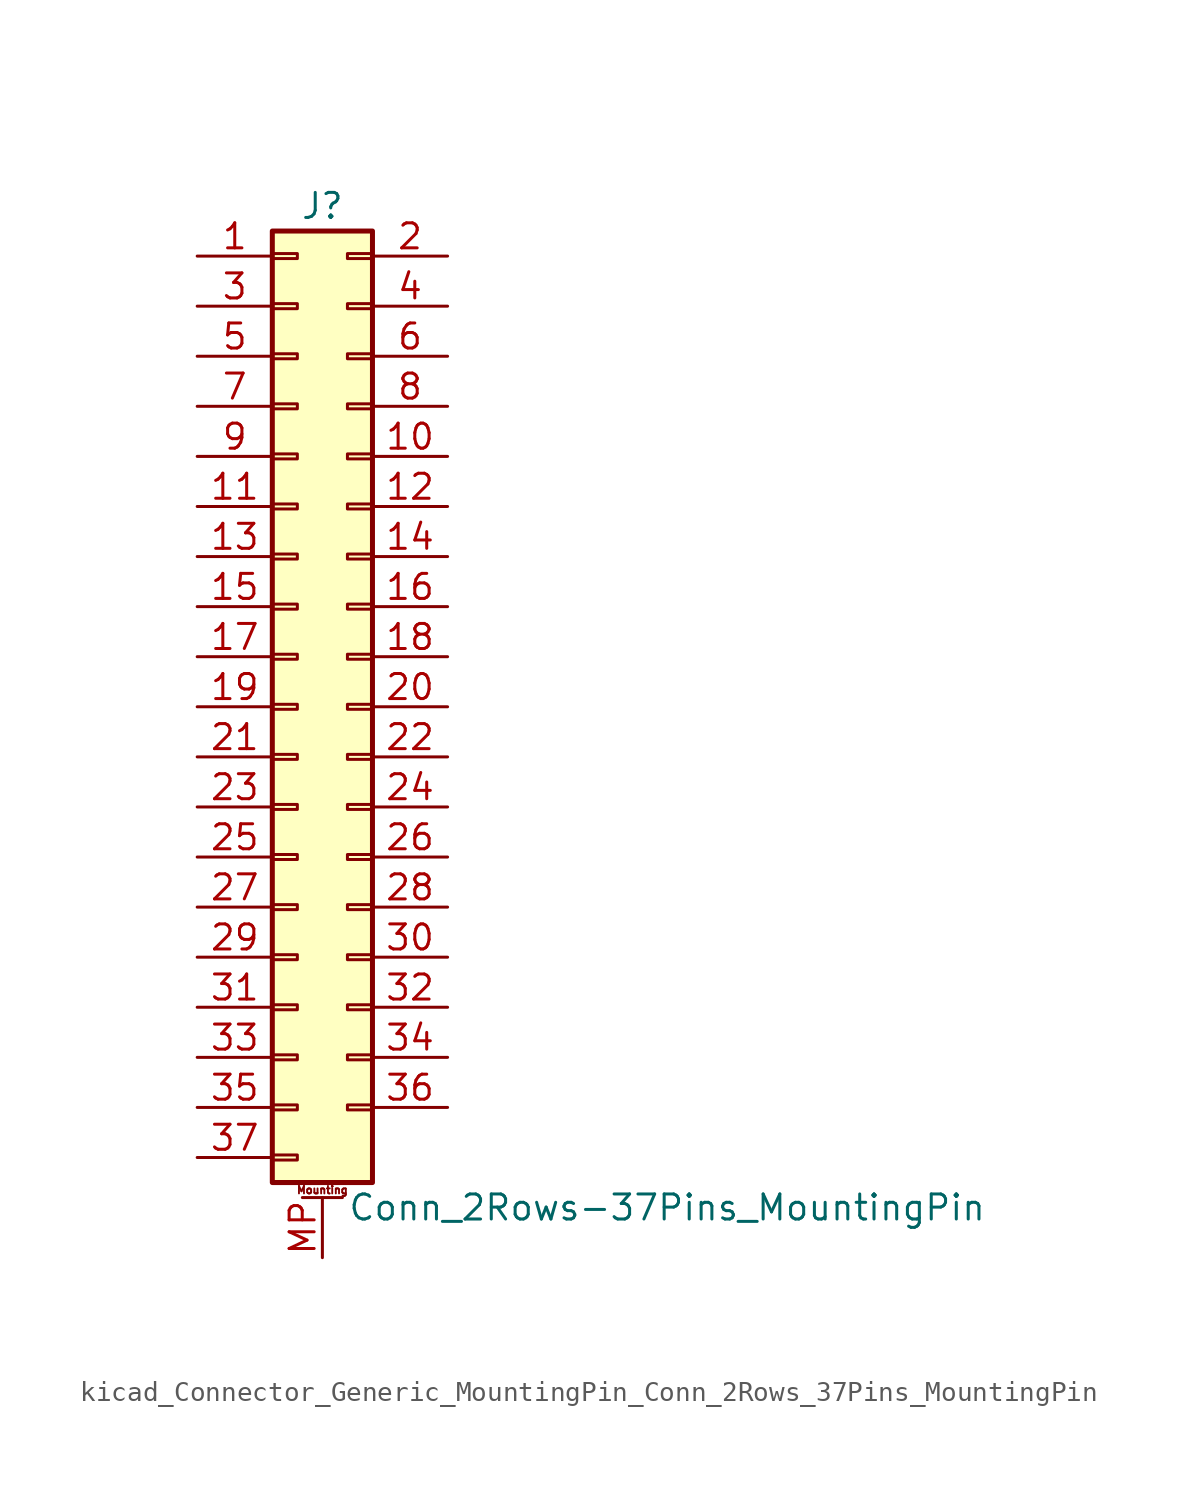
<source format=kicad_sym>
(kicad_symbol_lib
  (version 20220914)
  (generator kicad_symbol_editor)
  (symbol "kicad_Connector_Generic_MountingPin_Conn_2Rows_37Pins_MountingPin"
    (pin_names
      (offset 1.016) hide)
    (property "Reference" "J"
      (at 1.27 25.4 0)
      (effects (font (size 1.27 1.27))))
    (property "Value" "Conn_2Rows-37Pins_MountingPin"
      (at 2.54 -25.4 0)
      (effects (font (size 1.27 1.27)) (justify left)))
    (symbol "kicad_Connector_Generic_MountingPin_Conn_2Rows_37Pins_MountingPin_1_1"
      (rectangle (start -1.27 -22.733) (end 0 -22.987) (stroke (width 0.152) (type default)) (fill (type none)))
      (rectangle (start -1.27 -20.193) (end 0 -20.447) (stroke (width 0.152) (type default)) (fill (type none)))
      (rectangle (start -1.27 -17.653) (end 0 -17.907) (stroke (width 0.152) (type default)) (fill (type none)))
      (rectangle (start -1.27 -15.113) (end 0 -15.367) (stroke (width 0.152) (type default)) (fill (type none)))
      (rectangle (start -1.27 -12.573) (end 0 -12.827) (stroke (width 0.152) (type default)) (fill (type none)))
      (rectangle (start -1.27 -10.033) (end 0 -10.287) (stroke (width 0.152) (type default)) (fill (type none)))
      (rectangle (start -1.27 -7.493) (end 0 -7.747) (stroke (width 0.152) (type default)) (fill (type none)))
      (rectangle (start -1.27 -4.953) (end 0 -5.207) (stroke (width 0.152) (type default)) (fill (type none)))
      (rectangle (start -1.27 -2.413) (end 0 -2.667) (stroke (width 0.152) (type default)) (fill (type none)))
      (rectangle (start -1.27 0.127) (end 0 -0.127) (stroke (width 0.152) (type default)) (fill (type none)))
      (rectangle (start -1.27 2.667) (end 0 2.413) (stroke (width 0.152) (type default)) (fill (type none)))
      (rectangle (start -1.27 5.207) (end 0 4.953) (stroke (width 0.152) (type default)) (fill (type none)))
      (rectangle (start -1.27 7.747) (end 0 7.493) (stroke (width 0.152) (type default)) (fill (type none)))
      (rectangle (start -1.27 10.287) (end 0 10.033) (stroke (width 0.152) (type default)) (fill (type none)))
      (rectangle (start -1.27 12.827) (end 0 12.573) (stroke (width 0.152) (type default)) (fill (type none)))
      (rectangle (start -1.27 15.367) (end 0 15.113) (stroke (width 0.152) (type default)) (fill (type none)))
      (rectangle (start -1.27 17.907) (end 0 17.653) (stroke (width 0.152) (type default)) (fill (type none)))
      (rectangle (start -1.27 20.447) (end 0 20.193) (stroke (width 0.152) (type default)) (fill (type none)))
      (rectangle (start -1.27 22.987) (end 0 22.733) (stroke (width 0.152) (type default)) (fill (type none)))
      (rectangle (start -1.27 24.13) (end 3.81 -24.13) (stroke (width 0.254) (type default)) (fill (type background)))
      (polyline (pts (xy 0.254 -24.892) (xy 2.286 -24.892)) (stroke (width 0.152) (type default)) (fill (type none)))
      (rectangle (start 3.81 -20.193) (end 2.54 -20.447) (stroke (width 0.152) (type default)) (fill (type none)))
      (rectangle (start 3.81 -17.653) (end 2.54 -17.907) (stroke (width 0.152) (type default)) (fill (type none)))
      (rectangle (start 3.81 -15.113) (end 2.54 -15.367) (stroke (width 0.152) (type default)) (fill (type none)))
      (rectangle (start 3.81 -12.573) (end 2.54 -12.827) (stroke (width 0.152) (type default)) (fill (type none)))
      (rectangle (start 3.81 -10.033) (end 2.54 -10.287) (stroke (width 0.152) (type default)) (fill (type none)))
      (rectangle (start 3.81 -7.493) (end 2.54 -7.747) (stroke (width 0.152) (type default)) (fill (type none)))
      (rectangle (start 3.81 -4.953) (end 2.54 -5.207) (stroke (width 0.152) (type default)) (fill (type none)))
      (rectangle (start 3.81 -2.413) (end 2.54 -2.667) (stroke (width 0.152) (type default)) (fill (type none)))
      (rectangle (start 3.81 0.127) (end 2.54 -0.127) (stroke (width 0.152) (type default)) (fill (type none)))
      (rectangle (start 3.81 2.667) (end 2.54 2.413) (stroke (width 0.152) (type default)) (fill (type none)))
      (rectangle (start 3.81 5.207) (end 2.54 4.953) (stroke (width 0.152) (type default)) (fill (type none)))
      (rectangle (start 3.81 7.747) (end 2.54 7.493) (stroke (width 0.152) (type default)) (fill (type none)))
      (rectangle (start 3.81 10.287) (end 2.54 10.033) (stroke (width 0.152) (type default)) (fill (type none)))
      (rectangle (start 3.81 12.827) (end 2.54 12.573) (stroke (width 0.152) (type default)) (fill (type none)))
      (rectangle (start 3.81 15.367) (end 2.54 15.113) (stroke (width 0.152) (type default)) (fill (type none)))
      (rectangle (start 3.81 17.907) (end 2.54 17.653) (stroke (width 0.152) (type default)) (fill (type none)))
      (rectangle (start 3.81 20.447) (end 2.54 20.193) (stroke (width 0.152) (type default)) (fill (type none)))
      (rectangle (start 3.81 22.987) (end 2.54 22.733) (stroke (width 0.152) (type default)) (fill (type none)))
      (text "Mounting" (at 1.27 -24.511 0) (effects (font (size 0.381 0.381))))
      (pin passive line (at -5.08 22.86 0) (length 3.81) (name "Pin_1" (effects (font (size 1.27 1.27)))) (number "1" (effects (font (size 1.27 1.27)))))
      (pin passive line (at 7.62 12.7 180) (length 3.81) (name "Pin_10" (effects (font (size 1.27 1.27)))) (number "10" (effects (font (size 1.27 1.27)))))
      (pin passive line (at -5.08 10.16 0) (length 3.81) (name "Pin_11" (effects (font (size 1.27 1.27)))) (number "11" (effects (font (size 1.27 1.27)))))
      (pin passive line (at 7.62 10.16 180) (length 3.81) (name "Pin_12" (effects (font (size 1.27 1.27)))) (number "12" (effects (font (size 1.27 1.27)))))
      (pin passive line (at -5.08 7.62 0) (length 3.81) (name "Pin_13" (effects (font (size 1.27 1.27)))) (number "13" (effects (font (size 1.27 1.27)))))
      (pin passive line (at 7.62 7.62 180) (length 3.81) (name "Pin_14" (effects (font (size 1.27 1.27)))) (number "14" (effects (font (size 1.27 1.27)))))
      (pin passive line (at -5.08 5.08 0) (length 3.81) (name "Pin_15" (effects (font (size 1.27 1.27)))) (number "15" (effects (font (size 1.27 1.27)))))
      (pin passive line (at 7.62 5.08 180) (length 3.81) (name "Pin_16" (effects (font (size 1.27 1.27)))) (number "16" (effects (font (size 1.27 1.27)))))
      (pin passive line (at -5.08 2.54 0) (length 3.81) (name "Pin_17" (effects (font (size 1.27 1.27)))) (number "17" (effects (font (size 1.27 1.27)))))
      (pin passive line (at 7.62 2.54 180) (length 3.81) (name "Pin_18" (effects (font (size 1.27 1.27)))) (number "18" (effects (font (size 1.27 1.27)))))
      (pin passive line (at -5.08 0 0) (length 3.81) (name "Pin_19" (effects (font (size 1.27 1.27)))) (number "19" (effects (font (size 1.27 1.27)))))
      (pin passive line (at 7.62 22.86 180) (length 3.81) (name "Pin_2" (effects (font (size 1.27 1.27)))) (number "2" (effects (font (size 1.27 1.27)))))
      (pin passive line (at 7.62 0 180) (length 3.81) (name "Pin_20" (effects (font (size 1.27 1.27)))) (number "20" (effects (font (size 1.27 1.27)))))
      (pin passive line (at -5.08 -2.54 0) (length 3.81) (name "Pin_21" (effects (font (size 1.27 1.27)))) (number "21" (effects (font (size 1.27 1.27)))))
      (pin passive line (at 7.62 -2.54 180) (length 3.81) (name "Pin_22" (effects (font (size 1.27 1.27)))) (number "22" (effects (font (size 1.27 1.27)))))
      (pin passive line (at -5.08 -5.08 0) (length 3.81) (name "Pin_23" (effects (font (size 1.27 1.27)))) (number "23" (effects (font (size 1.27 1.27)))))
      (pin passive line (at 7.62 -5.08 180) (length 3.81) (name "Pin_24" (effects (font (size 1.27 1.27)))) (number "24" (effects (font (size 1.27 1.27)))))
      (pin passive line (at -5.08 -7.62 0) (length 3.81) (name "Pin_25" (effects (font (size 1.27 1.27)))) (number "25" (effects (font (size 1.27 1.27)))))
      (pin passive line (at 7.62 -7.62 180) (length 3.81) (name "Pin_26" (effects (font (size 1.27 1.27)))) (number "26" (effects (font (size 1.27 1.27)))))
      (pin passive line (at -5.08 -10.16 0) (length 3.81) (name "Pin_27" (effects (font (size 1.27 1.27)))) (number "27" (effects (font (size 1.27 1.27)))))
      (pin passive line (at 7.62 -10.16 180) (length 3.81) (name "Pin_28" (effects (font (size 1.27 1.27)))) (number "28" (effects (font (size 1.27 1.27)))))
      (pin passive line (at -5.08 -12.7 0) (length 3.81) (name "Pin_29" (effects (font (size 1.27 1.27)))) (number "29" (effects (font (size 1.27 1.27)))))
      (pin passive line (at -5.08 20.32 0) (length 3.81) (name "Pin_3" (effects (font (size 1.27 1.27)))) (number "3" (effects (font (size 1.27 1.27)))))
      (pin passive line (at 7.62 -12.7 180) (length 3.81) (name "Pin_30" (effects (font (size 1.27 1.27)))) (number "30" (effects (font (size 1.27 1.27)))))
      (pin passive line (at -5.08 -15.24 0) (length 3.81) (name "Pin_31" (effects (font (size 1.27 1.27)))) (number "31" (effects (font (size 1.27 1.27)))))
      (pin passive line (at 7.62 -15.24 180) (length 3.81) (name "Pin_32" (effects (font (size 1.27 1.27)))) (number "32" (effects (font (size 1.27 1.27)))))
      (pin passive line (at -5.08 -17.78 0) (length 3.81) (name "Pin_33" (effects (font (size 1.27 1.27)))) (number "33" (effects (font (size 1.27 1.27)))))
      (pin passive line (at 7.62 -17.78 180) (length 3.81) (name "Pin_34" (effects (font (size 1.27 1.27)))) (number "34" (effects (font (size 1.27 1.27)))))
      (pin passive line (at -5.08 -20.32 0) (length 3.81) (name "Pin_35" (effects (font (size 1.27 1.27)))) (number "35" (effects (font (size 1.27 1.27)))))
      (pin passive line (at 7.62 -20.32 180) (length 3.81) (name "Pin_36" (effects (font (size 1.27 1.27)))) (number "36" (effects (font (size 1.27 1.27)))))
      (pin passive line (at -5.08 -22.86 0) (length 3.81) (name "Pin_37" (effects (font (size 1.27 1.27)))) (number "37" (effects (font (size 1.27 1.27)))))
      (pin passive line (at 7.62 20.32 180) (length 3.81) (name "Pin_4" (effects (font (size 1.27 1.27)))) (number "4" (effects (font (size 1.27 1.27)))))
      (pin passive line (at -5.08 17.78 0) (length 3.81) (name "Pin_5" (effects (font (size 1.27 1.27)))) (number "5" (effects (font (size 1.27 1.27)))))
      (pin passive line (at 7.62 17.78 180) (length 3.81) (name "Pin_6" (effects (font (size 1.27 1.27)))) (number "6" (effects (font (size 1.27 1.27)))))
      (pin passive line (at -5.08 15.24 0) (length 3.81) (name "Pin_7" (effects (font (size 1.27 1.27)))) (number "7" (effects (font (size 1.27 1.27)))))
      (pin passive line (at 7.62 15.24 180) (length 3.81) (name "Pin_8" (effects (font (size 1.27 1.27)))) (number "8" (effects (font (size 1.27 1.27)))))
      (pin passive line (at -5.08 12.7 0) (length 3.81) (name "Pin_9" (effects (font (size 1.27 1.27)))) (number "9" (effects (font (size 1.27 1.27)))))
      (pin passive line (at 1.27 -27.94 90) (length 3.048) (name "MountPin" (effects (font (size 1.27 1.27)))) (number "MP" (effects (font (size 1.27 1.27))))))))
</source>
